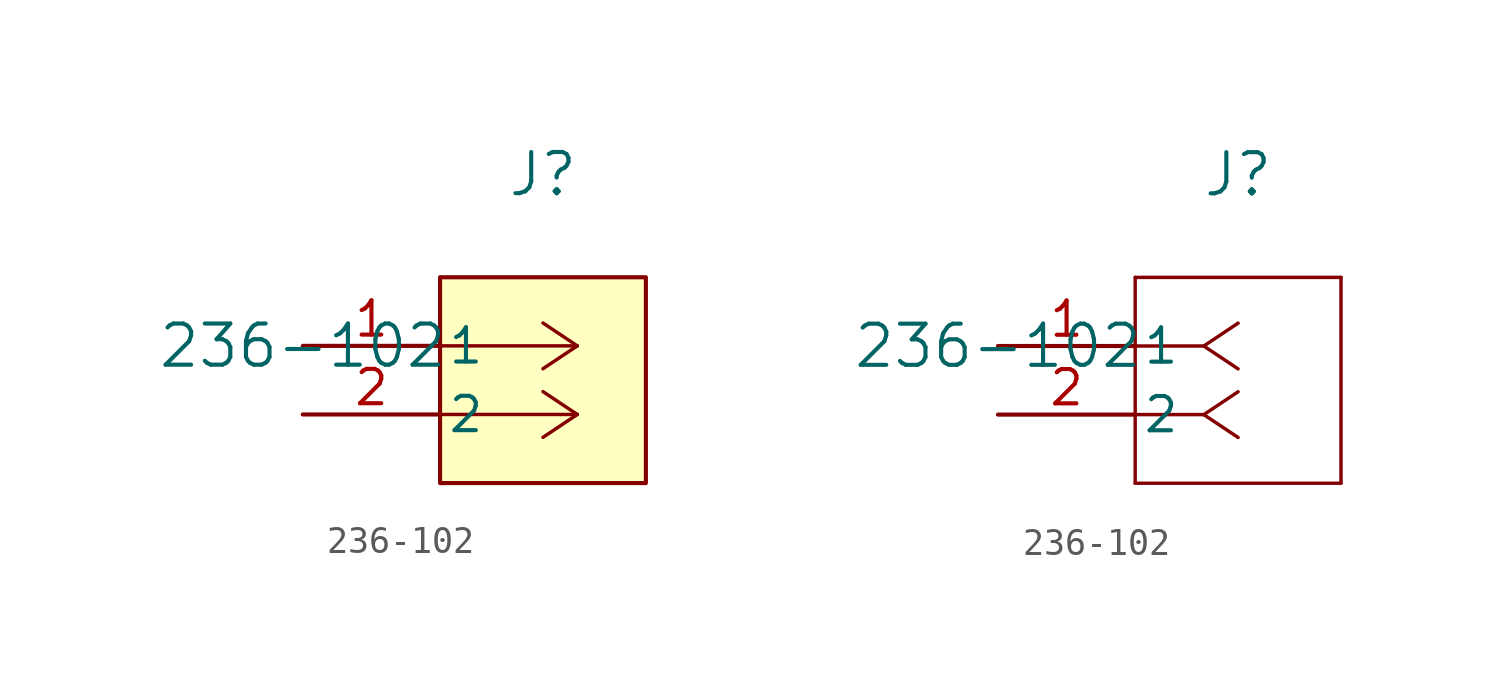
<source format=kicad_sym>
(kicad_symbol_lib
  (version 20220914)
  (generator kicad_symbol_editor)
  (symbol "236-102"
    (pin_names
      (offset 0.254))
    (property "Reference" "J"
      (at 8.89 6.35 0)
      (effects (font (size 1.524 1.524))))
    (property "Value" "236-102"
      (at 0 0 0)
      (effects (font (size 1.524 1.524))))
    (symbol "236-102_1_1"
      (polyline (pts (xy 10.16 -2.54) (xy 5.08 -2.54)) (stroke (width 0.127) (type default)) (fill (type none)))
      (polyline (pts (xy 10.16 -2.54) (xy 8.89 -3.387)) (stroke (width 0.127) (type default)) (fill (type none)))
      (polyline (pts (xy 10.16 -2.54) (xy 8.89 -1.693)) (stroke (width 0.127) (type default)) (fill (type none)))
      (polyline (pts (xy 10.16 0) (xy 5.08 0)) (stroke (width 0.127) (type default)) (fill (type none)))
      (polyline (pts (xy 10.16 0) (xy 8.89 -0.847)) (stroke (width 0.127) (type default)) (fill (type none)))
      (polyline (pts (xy 10.16 0) (xy 8.89 0.847)) (stroke (width 0.127) (type default)) (fill (type none)))
      (rectangle (start 5.08 2.54) (end 12.7 -5.08) (stroke (width 0) (type default)) (fill (type background)))
      (pin unspecified line (at 0 0 0) (length 5.08) (name "1" (effects (font (size 1.27 1.27)))) (number "1" (effects (font (size 1.27 1.27)))))
      (pin unspecified line (at 0 -2.54 0) (length 5.08) (name "2" (effects (font (size 1.27 1.27)))) (number "2" (effects (font (size 1.27 1.27))))))
    (symbol "236-102_1_2"
      (polyline (pts (xy 5.08 -5.08) (xy 12.7 -5.08)) (stroke (width 0.127) (type default)) (fill (type none)))
      (polyline (pts (xy 5.08 2.54) (xy 5.08 -5.08)) (stroke (width 0.127) (type default)) (fill (type none)))
      (polyline (pts (xy 7.62 -2.54) (xy 5.08 -2.54)) (stroke (width 0.127) (type default)) (fill (type none)))
      (polyline (pts (xy 7.62 -2.54) (xy 8.89 -3.387)) (stroke (width 0.127) (type default)) (fill (type none)))
      (polyline (pts (xy 7.62 -2.54) (xy 8.89 -1.693)) (stroke (width 0.127) (type default)) (fill (type none)))
      (polyline (pts (xy 7.62 0) (xy 5.08 0)) (stroke (width 0.127) (type default)) (fill (type none)))
      (polyline (pts (xy 7.62 0) (xy 8.89 -0.847)) (stroke (width 0.127) (type default)) (fill (type none)))
      (polyline (pts (xy 7.62 0) (xy 8.89 0.847)) (stroke (width 0.127) (type default)) (fill (type none)))
      (polyline (pts (xy 12.7 -5.08) (xy 12.7 2.54)) (stroke (width 0.127) (type default)) (fill (type none)))
      (polyline (pts (xy 12.7 2.54) (xy 5.08 2.54)) (stroke (width 0.127) (type default)) (fill (type none)))
      (pin unspecified line (at 0 0 0) (length 5.08) (name "1" (effects (font (size 1.27 1.27)))) (number "1" (effects (font (size 1.27 1.27)))))
      (pin unspecified line (at 0 -2.54 0) (length 5.08) (name "2" (effects (font (size 1.27 1.27)))) (number "2" (effects (font (size 1.27 1.27))))))))
</source>
